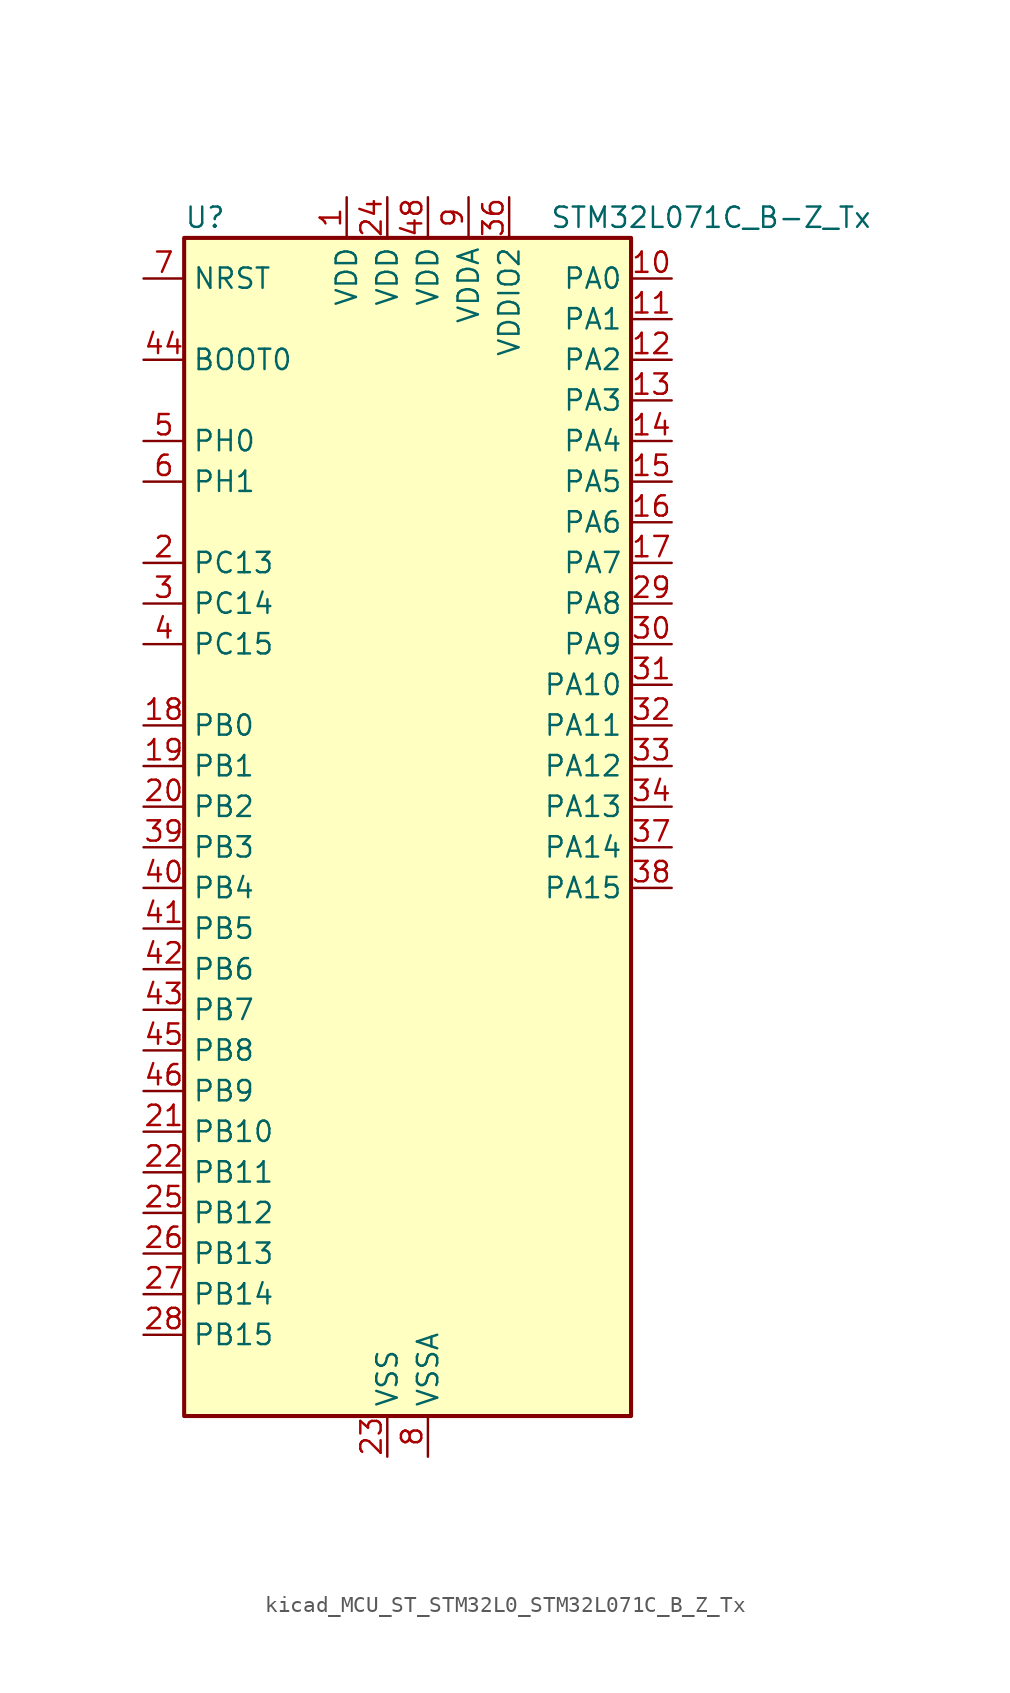
<source format=kicad_sym>
(kicad_symbol_lib
  (version 20220914)
  (generator kicad_symbol_editor)
  (symbol "kicad_MCU_ST_STM32L0_STM32L071C_B_Z_Tx"
    (property "Reference" "U"
      (at -12.7 39.37 0)
      (effects (font (size 1.27 1.27)) (justify left)))
    (property "Value" "STM32L071C_B-Z_Tx"
      (at 10.16 39.37 0)
      (effects (font (size 1.27 1.27)) (justify left)))
    (property "ki_locked" ""
      (at 0 0 0)
      (effects (font (size 1.27 1.27))))
    (symbol "kicad_MCU_ST_STM32L0_STM32L071C_B_Z_Tx_0_1"
      (rectangle (start -12.7 -35.56) (end 15.24 38.1) (stroke (width 0.254) (type default)) (fill (type background))))
    (symbol "kicad_MCU_ST_STM32L0_STM32L071C_B_Z_Tx_1_1"
      (pin power_in line (at -2.54 40.64 270) (length 2.54) (name "VDD" (effects (font (size 1.27 1.27)))) (number "1" (effects (font (size 1.27 1.27)))))
      (pin bidirectional line (at 17.78 35.56 180) (length 2.54) (name "PA0" (effects (font (size 1.27 1.27)))) (number "10" (effects (font (size 1.27 1.27)))) (alternate "ADC_IN0" bidirectional line) (alternate "COMP1_INM" bidirectional line) (alternate "COMP1_OUT" bidirectional line) (alternate "RTC_TAMP2" bidirectional line) (alternate "SYS_WKUP1" bidirectional line) (alternate "TIM2_CH1" bidirectional line) (alternate "TIM2_ETR" bidirectional line) (alternate "USART2_CTS" bidirectional line) (alternate "USART4_TX" bidirectional line))
      (pin bidirectional line (at 17.78 33.02 180) (length 2.54) (name "PA1" (effects (font (size 1.27 1.27)))) (number "11" (effects (font (size 1.27 1.27)))) (alternate "ADC_IN1" bidirectional line) (alternate "COMP1_INP" bidirectional line) (alternate "TIM21_ETR" bidirectional line) (alternate "TIM2_CH2" bidirectional line) (alternate "USART2_DE" bidirectional line) (alternate "USART2_RTS" bidirectional line) (alternate "USART4_RX" bidirectional line))
      (pin bidirectional line (at 17.78 30.48 180) (length 2.54) (name "PA2" (effects (font (size 1.27 1.27)))) (number "12" (effects (font (size 1.27 1.27)))) (alternate "ADC_IN2" bidirectional line) (alternate "COMP2_INM" bidirectional line) (alternate "COMP2_OUT" bidirectional line) (alternate "LPUART1_TX" bidirectional line) (alternate "TIM21_CH1" bidirectional line) (alternate "TIM2_CH3" bidirectional line) (alternate "USART2_TX" bidirectional line))
      (pin bidirectional line (at 17.78 27.94 180) (length 2.54) (name "PA3" (effects (font (size 1.27 1.27)))) (number "13" (effects (font (size 1.27 1.27)))) (alternate "ADC_IN3" bidirectional line) (alternate "COMP2_INP" bidirectional line) (alternate "LPUART1_RX" bidirectional line) (alternate "TIM21_CH2" bidirectional line) (alternate "TIM2_CH4" bidirectional line) (alternate "USART2_RX" bidirectional line))
      (pin bidirectional line (at 17.78 25.4 180) (length 2.54) (name "PA4" (effects (font (size 1.27 1.27)))) (number "14" (effects (font (size 1.27 1.27)))) (alternate "ADC_IN4" bidirectional line) (alternate "COMP1_INM" bidirectional line) (alternate "COMP2_INM" bidirectional line) (alternate "SPI1_NSS" bidirectional line) (alternate "TIM22_ETR" bidirectional line) (alternate "USART2_CK" bidirectional line))
      (pin bidirectional line (at 17.78 22.86 180) (length 2.54) (name "PA5" (effects (font (size 1.27 1.27)))) (number "15" (effects (font (size 1.27 1.27)))) (alternate "ADC_IN5" bidirectional line) (alternate "COMP1_INM" bidirectional line) (alternate "COMP2_INM" bidirectional line) (alternate "SPI1_SCK" bidirectional line) (alternate "TIM2_CH1" bidirectional line) (alternate "TIM2_ETR" bidirectional line))
      (pin bidirectional line (at 17.78 20.32 180) (length 2.54) (name "PA6" (effects (font (size 1.27 1.27)))) (number "16" (effects (font (size 1.27 1.27)))) (alternate "ADC_IN6" bidirectional line) (alternate "COMP1_OUT" bidirectional line) (alternate "LPUART1_CTS" bidirectional line) (alternate "SPI1_MISO" bidirectional line) (alternate "TIM22_CH1" bidirectional line) (alternate "TIM3_CH1" bidirectional line))
      (pin bidirectional line (at 17.78 17.78 180) (length 2.54) (name "PA7" (effects (font (size 1.27 1.27)))) (number "17" (effects (font (size 1.27 1.27)))) (alternate "ADC_IN7" bidirectional line) (alternate "COMP2_OUT" bidirectional line) (alternate "SPI1_MOSI" bidirectional line) (alternate "TIM22_CH2" bidirectional line) (alternate "TIM3_CH2" bidirectional line))
      (pin bidirectional line (at -15.24 7.62 0) (length 2.54) (name "PB0" (effects (font (size 1.27 1.27)))) (number "18" (effects (font (size 1.27 1.27)))) (alternate "ADC_IN8" bidirectional line) (alternate "SYS_VREF_OUT_PB0" bidirectional line) (alternate "TIM3_CH3" bidirectional line))
      (pin bidirectional line (at -15.24 5.08 0) (length 2.54) (name "PB1" (effects (font (size 1.27 1.27)))) (number "19" (effects (font (size 1.27 1.27)))) (alternate "ADC_IN9" bidirectional line) (alternate "LPUART1_DE" bidirectional line) (alternate "LPUART1_RTS" bidirectional line) (alternate "SYS_VREF_OUT_PB1" bidirectional line) (alternate "TIM3_CH4" bidirectional line))
      (pin bidirectional line (at -15.24 17.78 0) (length 2.54) (name "PC13" (effects (font (size 1.27 1.27)))) (number "2" (effects (font (size 1.27 1.27)))) (alternate "RTC_OUT_ALARM" bidirectional line) (alternate "RTC_OUT_CALIB" bidirectional line) (alternate "RTC_TAMP1" bidirectional line) (alternate "RTC_TS" bidirectional line) (alternate "SYS_WKUP2" bidirectional line))
      (pin bidirectional line (at -15.24 2.54 0) (length 2.54) (name "PB2" (effects (font (size 1.27 1.27)))) (number "20" (effects (font (size 1.27 1.27)))) (alternate "I2C3_SMBA" bidirectional line) (alternate "LPTIM1_OUT" bidirectional line))
      (pin bidirectional line (at -15.24 -17.78 0) (length 2.54) (name "PB10" (effects (font (size 1.27 1.27)))) (number "21" (effects (font (size 1.27 1.27)))) (alternate "I2C2_SCL" bidirectional line) (alternate "LPUART1_RX" bidirectional line) (alternate "LPUART1_TX" bidirectional line) (alternate "SPI2_SCK" bidirectional line) (alternate "TIM2_CH3" bidirectional line))
      (pin bidirectional line (at -15.24 -20.32 0) (length 2.54) (name "PB11" (effects (font (size 1.27 1.27)))) (number "22" (effects (font (size 1.27 1.27)))) (alternate "ADC_EXTI11" bidirectional line) (alternate "I2C2_SDA" bidirectional line) (alternate "LPUART1_RX" bidirectional line) (alternate "LPUART1_TX" bidirectional line) (alternate "TIM2_CH4" bidirectional line))
      (pin power_in line (at 0 -38.1 90) (length 2.54) (name "VSS" (effects (font (size 1.27 1.27)))) (number "23" (effects (font (size 1.27 1.27)))))
      (pin power_in line (at 0 40.64 270) (length 2.54) (name "VDD" (effects (font (size 1.27 1.27)))) (number "24" (effects (font (size 1.27 1.27)))))
      (pin bidirectional line (at -15.24 -22.86 0) (length 2.54) (name "PB12" (effects (font (size 1.27 1.27)))) (number "25" (effects (font (size 1.27 1.27)))) (alternate "I2S2_WS" bidirectional line) (alternate "LPUART1_DE" bidirectional line) (alternate "LPUART1_RTS" bidirectional line) (alternate "SPI2_NSS" bidirectional line))
      (pin bidirectional line (at -15.24 -25.4 0) (length 2.54) (name "PB13" (effects (font (size 1.27 1.27)))) (number "26" (effects (font (size 1.27 1.27)))) (alternate "I2C2_SCL" bidirectional line) (alternate "I2S2_CK" bidirectional line) (alternate "LPUART1_CTS" bidirectional line) (alternate "RCC_MCO" bidirectional line) (alternate "SPI2_SCK" bidirectional line) (alternate "TIM21_CH1" bidirectional line))
      (pin bidirectional line (at -15.24 -27.94 0) (length 2.54) (name "PB14" (effects (font (size 1.27 1.27)))) (number "27" (effects (font (size 1.27 1.27)))) (alternate "I2C2_SDA" bidirectional line) (alternate "I2S2_MCK" bidirectional line) (alternate "LPUART1_DE" bidirectional line) (alternate "LPUART1_RTS" bidirectional line) (alternate "RTC_OUT_ALARM" bidirectional line) (alternate "RTC_OUT_CALIB" bidirectional line) (alternate "SPI2_MISO" bidirectional line) (alternate "TIM21_CH2" bidirectional line))
      (pin bidirectional line (at -15.24 -30.48 0) (length 2.54) (name "PB15" (effects (font (size 1.27 1.27)))) (number "28" (effects (font (size 1.27 1.27)))) (alternate "I2S2_SD" bidirectional line) (alternate "RTC_REFIN" bidirectional line) (alternate "SPI2_MOSI" bidirectional line))
      (pin bidirectional line (at 17.78 15.24 180) (length 2.54) (name "PA8" (effects (font (size 1.27 1.27)))) (number "29" (effects (font (size 1.27 1.27)))) (alternate "I2C3_SCL" bidirectional line) (alternate "RCC_MCO" bidirectional line) (alternate "USART1_CK" bidirectional line))
      (pin bidirectional line (at -15.24 15.24 0) (length 2.54) (name "PC14" (effects (font (size 1.27 1.27)))) (number "3" (effects (font (size 1.27 1.27)))) (alternate "RCC_OSC32_IN" bidirectional line))
      (pin bidirectional line (at 17.78 12.7 180) (length 2.54) (name "PA9" (effects (font (size 1.27 1.27)))) (number "30" (effects (font (size 1.27 1.27)))) (alternate "I2C1_SCL" bidirectional line) (alternate "I2C3_SMBA" bidirectional line) (alternate "RCC_MCO" bidirectional line) (alternate "USART1_TX" bidirectional line))
      (pin bidirectional line (at 17.78 10.16 180) (length 2.54) (name "PA10" (effects (font (size 1.27 1.27)))) (number "31" (effects (font (size 1.27 1.27)))) (alternate "I2C1_SDA" bidirectional line) (alternate "USART1_RX" bidirectional line))
      (pin bidirectional line (at 17.78 7.62 180) (length 2.54) (name "PA11" (effects (font (size 1.27 1.27)))) (number "32" (effects (font (size 1.27 1.27)))) (alternate "ADC_EXTI11" bidirectional line) (alternate "COMP1_OUT" bidirectional line) (alternate "SPI1_MISO" bidirectional line) (alternate "USART1_CTS" bidirectional line))
      (pin bidirectional line (at 17.78 5.08 180) (length 2.54) (name "PA12" (effects (font (size 1.27 1.27)))) (number "33" (effects (font (size 1.27 1.27)))) (alternate "COMP2_OUT" bidirectional line) (alternate "SPI1_MOSI" bidirectional line) (alternate "USART1_DE" bidirectional line) (alternate "USART1_RTS" bidirectional line))
      (pin bidirectional line (at 17.78 2.54 180) (length 2.54) (name "PA13" (effects (font (size 1.27 1.27)))) (number "34" (effects (font (size 1.27 1.27)))) (alternate "LPUART1_RX" bidirectional line) (alternate "SYS_SWDIO" bidirectional line))
      (pin passive line (at 0 -38.1 90) (length 2.54) hide (name "VSS" (effects (font (size 1.27 1.27)))) (number "35" (effects (font (size 1.27 1.27)))))
      (pin power_in line (at 7.62 40.64 270) (length 2.54) (name "VDDIO2" (effects (font (size 1.27 1.27)))) (number "36" (effects (font (size 1.27 1.27)))))
      (pin bidirectional line (at 17.78 0 180) (length 2.54) (name "PA14" (effects (font (size 1.27 1.27)))) (number "37" (effects (font (size 1.27 1.27)))) (alternate "LPUART1_TX" bidirectional line) (alternate "SYS_SWCLK" bidirectional line) (alternate "USART2_TX" bidirectional line))
      (pin bidirectional line (at 17.78 -2.54 180) (length 2.54) (name "PA15" (effects (font (size 1.27 1.27)))) (number "38" (effects (font (size 1.27 1.27)))) (alternate "SPI1_NSS" bidirectional line) (alternate "TIM2_CH1" bidirectional line) (alternate "TIM2_ETR" bidirectional line) (alternate "USART2_RX" bidirectional line) (alternate "USART4_DE" bidirectional line) (alternate "USART4_RTS" bidirectional line))
      (pin bidirectional line (at -15.24 0 0) (length 2.54) (name "PB3" (effects (font (size 1.27 1.27)))) (number "39" (effects (font (size 1.27 1.27)))) (alternate "COMP2_INM" bidirectional line) (alternate "SPI1_SCK" bidirectional line) (alternate "TIM2_CH2" bidirectional line) (alternate "USART1_DE" bidirectional line) (alternate "USART1_RTS" bidirectional line) (alternate "USART5_TX" bidirectional line))
      (pin bidirectional line (at -15.24 12.7 0) (length 2.54) (name "PC15" (effects (font (size 1.27 1.27)))) (number "4" (effects (font (size 1.27 1.27)))) (alternate "RCC_OSC32_OUT" bidirectional line))
      (pin bidirectional line (at -15.24 -2.54 0) (length 2.54) (name "PB4" (effects (font (size 1.27 1.27)))) (number "40" (effects (font (size 1.27 1.27)))) (alternate "COMP2_INP" bidirectional line) (alternate "I2C3_SDA" bidirectional line) (alternate "SPI1_MISO" bidirectional line) (alternate "TIM22_CH1" bidirectional line) (alternate "TIM3_CH1" bidirectional line) (alternate "USART1_CTS" bidirectional line) (alternate "USART5_RX" bidirectional line))
      (pin bidirectional line (at -15.24 -5.08 0) (length 2.54) (name "PB5" (effects (font (size 1.27 1.27)))) (number "41" (effects (font (size 1.27 1.27)))) (alternate "COMP2_INP" bidirectional line) (alternate "I2C1_SMBA" bidirectional line) (alternate "LPTIM1_IN1" bidirectional line) (alternate "SPI1_MOSI" bidirectional line) (alternate "TIM22_CH2" bidirectional line) (alternate "TIM3_CH2" bidirectional line) (alternate "USART1_CK" bidirectional line) (alternate "USART5_CK" bidirectional line) (alternate "USART5_DE" bidirectional line) (alternate "USART5_RTS" bidirectional line))
      (pin bidirectional line (at -15.24 -7.62 0) (length 2.54) (name "PB6" (effects (font (size 1.27 1.27)))) (number "42" (effects (font (size 1.27 1.27)))) (alternate "COMP2_INP" bidirectional line) (alternate "I2C1_SCL" bidirectional line) (alternate "LPTIM1_ETR" bidirectional line) (alternate "USART1_TX" bidirectional line))
      (pin bidirectional line (at -15.24 -10.16 0) (length 2.54) (name "PB7" (effects (font (size 1.27 1.27)))) (number "43" (effects (font (size 1.27 1.27)))) (alternate "COMP2_INP" bidirectional line) (alternate "I2C1_SDA" bidirectional line) (alternate "LPTIM1_IN2" bidirectional line) (alternate "SYS_PVD_IN" bidirectional line) (alternate "USART1_RX" bidirectional line) (alternate "USART4_CTS" bidirectional line))
      (pin input line (at -15.24 30.48 0) (length 2.54) (name "BOOT0" (effects (font (size 1.27 1.27)))) (number "44" (effects (font (size 1.27 1.27)))))
      (pin bidirectional line (at -15.24 -12.7 0) (length 2.54) (name "PB8" (effects (font (size 1.27 1.27)))) (number "45" (effects (font (size 1.27 1.27)))) (alternate "I2C1_SCL" bidirectional line))
      (pin bidirectional line (at -15.24 -15.24 0) (length 2.54) (name "PB9" (effects (font (size 1.27 1.27)))) (number "46" (effects (font (size 1.27 1.27)))) (alternate "I2C1_SDA" bidirectional line) (alternate "I2S2_WS" bidirectional line) (alternate "SPI2_NSS" bidirectional line))
      (pin passive line (at 0 -38.1 90) (length 2.54) hide (name "VSS" (effects (font (size 1.27 1.27)))) (number "47" (effects (font (size 1.27 1.27)))))
      (pin power_in line (at 2.54 40.64 270) (length 2.54) (name "VDD" (effects (font (size 1.27 1.27)))) (number "48" (effects (font (size 1.27 1.27)))))
      (pin bidirectional line (at -15.24 25.4 0) (length 2.54) (name "PH0" (effects (font (size 1.27 1.27)))) (number "5" (effects (font (size 1.27 1.27)))) (alternate "RCC_OSC_IN" bidirectional line))
      (pin bidirectional line (at -15.24 22.86 0) (length 2.54) (name "PH1" (effects (font (size 1.27 1.27)))) (number "6" (effects (font (size 1.27 1.27)))) (alternate "RCC_OSC_OUT" bidirectional line))
      (pin input line (at -15.24 35.56 0) (length 2.54) (name "NRST" (effects (font (size 1.27 1.27)))) (number "7" (effects (font (size 1.27 1.27)))))
      (pin power_in line (at 2.54 -38.1 90) (length 2.54) (name "VSSA" (effects (font (size 1.27 1.27)))) (number "8" (effects (font (size 1.27 1.27)))))
      (pin power_in line (at 5.08 40.64 270) (length 2.54) (name "VDDA" (effects (font (size 1.27 1.27)))) (number "9" (effects (font (size 1.27 1.27))))))))
</source>
